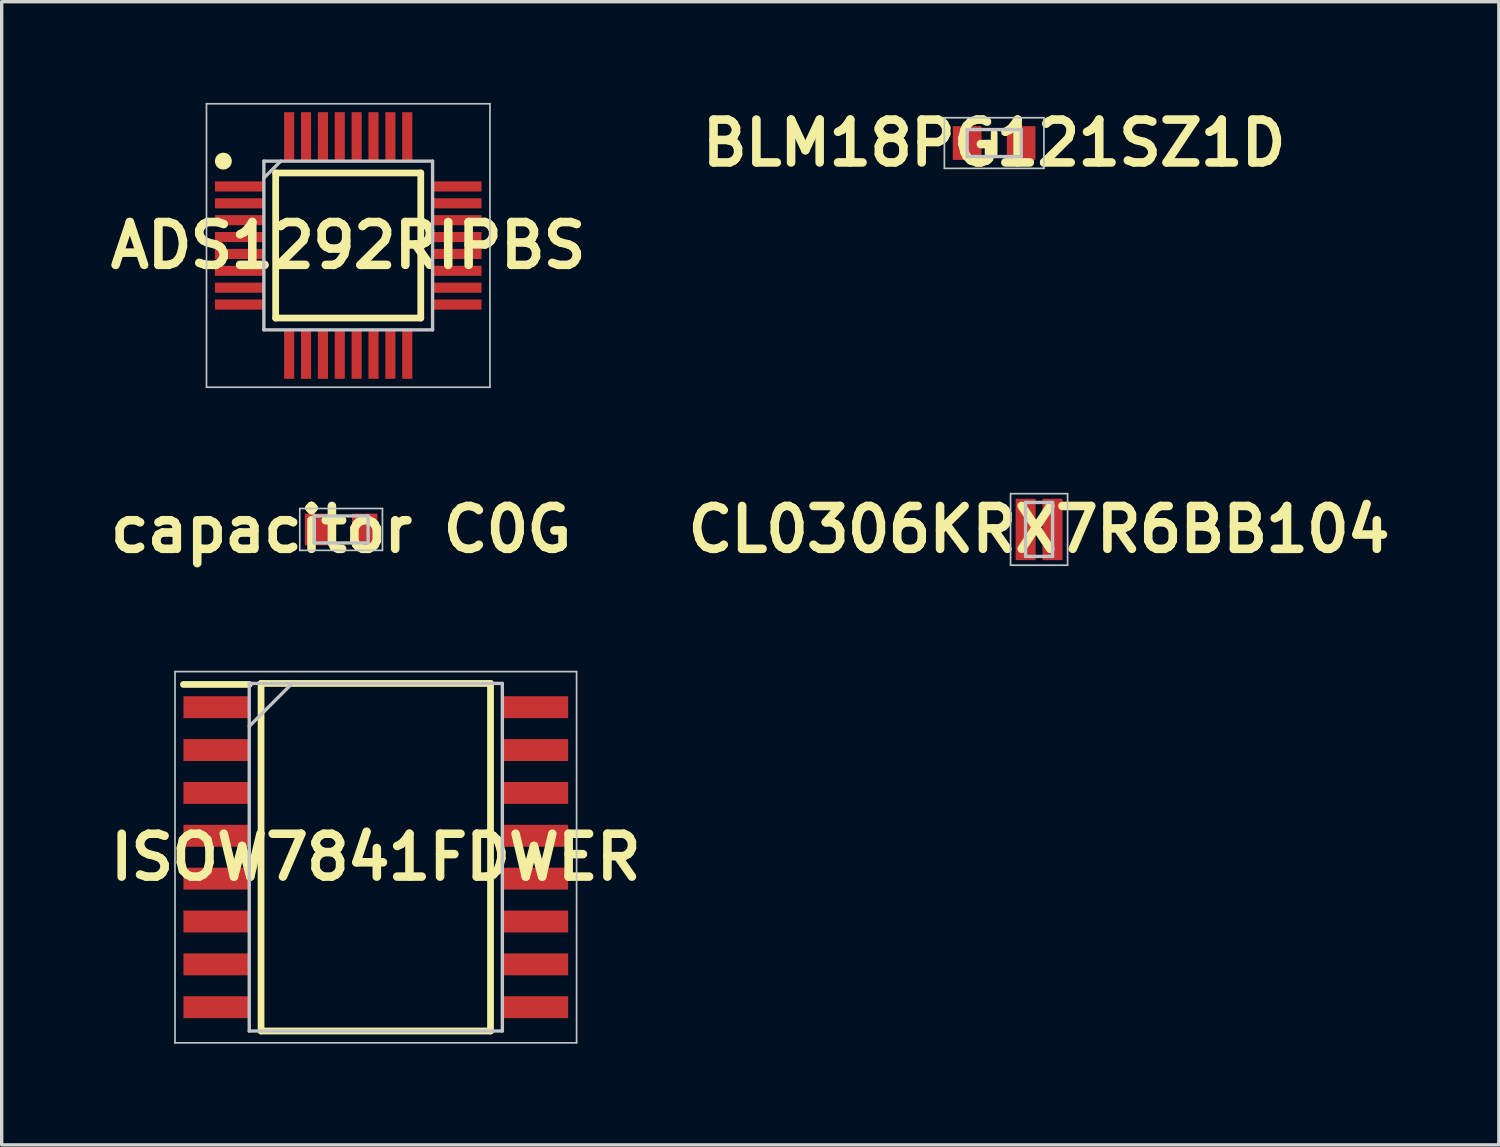
<source format=kicad_pcb>
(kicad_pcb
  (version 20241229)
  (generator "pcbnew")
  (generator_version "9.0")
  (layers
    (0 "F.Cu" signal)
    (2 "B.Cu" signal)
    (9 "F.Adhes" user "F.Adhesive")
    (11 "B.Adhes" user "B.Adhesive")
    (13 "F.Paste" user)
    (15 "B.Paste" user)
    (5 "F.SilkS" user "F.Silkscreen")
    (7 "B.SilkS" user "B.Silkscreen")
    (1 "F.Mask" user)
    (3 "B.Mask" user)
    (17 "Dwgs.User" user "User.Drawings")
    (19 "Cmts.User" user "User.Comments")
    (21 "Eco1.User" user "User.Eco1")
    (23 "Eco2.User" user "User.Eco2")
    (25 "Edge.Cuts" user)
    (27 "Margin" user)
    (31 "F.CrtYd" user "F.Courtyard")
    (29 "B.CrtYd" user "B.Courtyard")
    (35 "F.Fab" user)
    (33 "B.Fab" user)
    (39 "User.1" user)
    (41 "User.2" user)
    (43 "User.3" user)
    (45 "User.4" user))
  (footprint "CL0306KRX7R6BB104"
    (layer "F.Cu")
    (at 27.741 12.639)
    (property "Reference" "CL0306KRX7R6BB104" (at 0 0 0) (layer "F.SilkS") (effects (font (size 1.27 1.27) (thickness 0.254))))
    (attr smd)
    (fp_line (start -0.845 -1.06) (end 0.845 -1.06) (stroke (width 0.05) (type solid)) (layer "Dwgs.User"))
    (fp_line (start -0.845 1.06) (end -0.845 -1.06) (stroke (width 0.05) (type solid)) (layer "Dwgs.User"))
    (fp_line (start -0.4 -0.8) (end 0.4 -0.8) (stroke (width 0.1) (type solid)) (layer "Dwgs.User"))
    (fp_line (start -0.4 0.8) (end -0.4 -0.8) (stroke (width 0.1) (type solid)) (layer "Dwgs.User"))
    (fp_line (start 0.4 -0.8) (end 0.4 0.8) (stroke (width 0.1) (type solid)) (layer "Dwgs.User"))
    (fp_line (start 0.4 0.8) (end -0.4 0.8) (stroke (width 0.1) (type solid)) (layer "Dwgs.User"))
    (fp_line (start 0.845 -1.06) (end 0.845 1.06) (stroke (width 0.05) (type solid)) (layer "Dwgs.User"))
    (fp_line (start 0.845 1.06) (end -0.845 1.06) (stroke (width 0.05) (type solid)) (layer "Dwgs.User"))
    (pad "1" smd rect (at -0.398 0) (size 0.595 1.82) (layers "F.Cu" "F.Paste"))
    (pad "2" smd rect (at 0.398 0) (size 0.595 1.82) (layers "F.Cu" "F.Paste")))
  (footprint "ISOW7841FDWER"
    (layer "F.Cu")
    (at 8.086 22.352)
    (property "Reference" "ISOW7841FDWER" (at 0 0 0) (layer "F.SilkS") (effects (font (size 1.27 1.27) (thickness 0.254))))
    (attr smd)
    (fp_line (start -5.7 -5.12) (end -3.75 -5.12) (stroke (width 0.2) (type solid)) (layer "F.SilkS"))
    (fp_line (start -3.4 -5.15) (end 3.4 -5.15) (stroke (width 0.2) (type solid)) (layer "F.SilkS"))
    (fp_line (start -3.4 5.15) (end -3.4 -5.15) (stroke (width 0.2) (type solid)) (layer "F.SilkS"))
    (fp_line (start 3.4 -5.15) (end 3.4 5.15) (stroke (width 0.2) (type solid)) (layer "F.SilkS"))
    (fp_line (start 3.4 5.15) (end -3.4 5.15) (stroke (width 0.2) (type solid)) (layer "F.SilkS"))
    (fp_line (start -5.95 -5.5) (end 5.95 -5.5) (stroke (width 0.05) (type solid)) (layer "Dwgs.User"))
    (fp_line (start -5.95 5.5) (end -5.95 -5.5) (stroke (width 0.05) (type solid)) (layer "Dwgs.User"))
    (fp_line (start -3.75 -5.15) (end 3.75 -5.15) (stroke (width 0.1) (type solid)) (layer "Dwgs.User"))
    (fp_line (start -3.75 -3.88) (end -2.48 -5.15) (stroke (width 0.1) (type solid)) (layer "Dwgs.User"))
    (fp_line (start -3.75 5.15) (end -3.75 -5.15) (stroke (width 0.1) (type solid)) (layer "Dwgs.User"))
    (fp_line (start 3.75 -5.15) (end 3.75 5.15) (stroke (width 0.1) (type solid)) (layer "Dwgs.User"))
    (fp_line (start 3.75 5.15) (end -3.75 5.15) (stroke (width 0.1) (type solid)) (layer "Dwgs.User"))
    (fp_line (start 5.95 -5.5) (end 5.95 5.5) (stroke (width 0.05) (type solid)) (layer "Dwgs.User"))
    (fp_line (start 5.95 5.5) (end -5.95 5.5) (stroke (width 0.05) (type solid)) (layer "Dwgs.User"))
    (pad "1" smd rect (at -4.725 -4.445 90) (size 0.65 1.95) (layers "F.Cu" "F.Paste"))
    (pad "2" smd rect (at -4.725 -3.175 90) (size 0.65 1.95) (layers "F.Cu" "F.Paste"))
    (pad "3" smd rect (at -4.725 -1.905 90) (size 0.65 1.95) (layers "F.Cu" "F.Paste"))
    (pad "4" smd rect (at -4.725 -0.635 90) (size 0.65 1.95) (layers "F.Cu" "F.Paste"))
    (pad "5" smd rect (at -4.725 0.635 90) (size 0.65 1.95) (layers "F.Cu" "F.Paste"))
    (pad "6" smd rect (at -4.725 1.905 90) (size 0.65 1.95) (layers "F.Cu" "F.Paste"))
    (pad "7" smd rect (at -4.725 3.175 90) (size 0.65 1.95) (layers "F.Cu" "F.Paste"))
    (pad "8" smd rect (at -4.725 4.445 90) (size 0.65 1.95) (layers "F.Cu" "F.Paste"))
    (pad "9" smd rect (at 4.725 4.445 90) (size 0.65 1.95) (layers "F.Cu" "F.Paste"))
    (pad "10" smd rect (at 4.725 3.175 90) (size 0.65 1.95) (layers "F.Cu" "F.Paste"))
    (pad "11" smd rect (at 4.725 1.905 90) (size 0.65 1.95) (layers "F.Cu" "F.Paste"))
    (pad "12" smd rect (at 4.725 0.635 90) (size 0.65 1.95) (layers "F.Cu" "F.Paste"))
    (pad "13" smd rect (at 4.725 -0.635 90) (size 0.65 1.95) (layers "F.Cu" "F.Paste"))
    (pad "14" smd rect (at 4.725 -1.905 90) (size 0.65 1.95) (layers "F.Cu" "F.Paste"))
    (pad "15" smd rect (at 4.725 -3.175 90) (size 0.65 1.95) (layers "F.Cu" "F.Paste"))
    (pad "16" smd rect (at 4.725 -4.445 90) (size 0.65 1.95) (layers "F.Cu" "F.Paste")))
  (footprint "ADS1292RIPBS"
    (layer "F.Cu")
    (at 7.269 4.225)
    (property "Reference" "ADS1292RIPBS" (at 0 0 0) (layer "F.SilkS") (effects (font (size 1.27 1.27) (thickness 0.254))))
    (attr smd)
    (fp_line (start -2.15 -2.15) (end 2.15 -2.15) (stroke (width 0.2) (type solid)) (layer "F.SilkS"))
    (fp_line (start -2.15 2.15) (end -2.15 -2.15) (stroke (width 0.2) (type solid)) (layer "F.SilkS"))
    (fp_line (start 2.15 -2.15) (end 2.15 2.15) (stroke (width 0.2) (type solid)) (layer "F.SilkS"))
    (fp_line (start 2.15 2.15) (end -2.15 2.15) (stroke (width 0.2) (type solid)) (layer "F.SilkS"))
    (fp_circle (center -3.7 -2.5) (end -3.7 -2.375) (stroke (width 0.25) (type solid)) (fill no) (layer "F.SilkS"))
    (fp_line (start -4.2 -4.2) (end 4.2 -4.2) (stroke (width 0.05) (type solid)) (layer "Dwgs.User"))
    (fp_line (start -4.2 4.2) (end -4.2 -4.2) (stroke (width 0.05) (type solid)) (layer "Dwgs.User"))
    (fp_line (start -2.5 -2.5) (end 2.5 -2.5) (stroke (width 0.1) (type solid)) (layer "Dwgs.User"))
    (fp_line (start -2.5 -2) (end -2 -2.5) (stroke (width 0.1) (type solid)) (layer "Dwgs.User"))
    (fp_line (start -2.5 2.5) (end -2.5 -2.5) (stroke (width 0.1) (type solid)) (layer "Dwgs.User"))
    (fp_line (start 2.5 -2.5) (end 2.5 2.5) (stroke (width 0.1) (type solid)) (layer "Dwgs.User"))
    (fp_line (start 2.5 2.5) (end -2.5 2.5) (stroke (width 0.1) (type solid)) (layer "Dwgs.User"))
    (fp_line (start 4.2 -4.2) (end 4.2 4.2) (stroke (width 0.05) (type solid)) (layer "Dwgs.User"))
    (fp_line (start 4.2 4.2) (end -4.2 4.2) (stroke (width 0.05) (type solid)) (layer "Dwgs.User"))
    (pad "1" smd rect (at -3.225 -1.75 90) (size 0.3 1.45) (layers "F.Cu" "F.Paste"))
    (pad "2" smd rect (at -3.225 -1.25 90) (size 0.3 1.45) (layers "F.Cu" "F.Paste"))
    (pad "3" smd rect (at -3.225 -0.75 90) (size 0.3 1.45) (layers "F.Cu" "F.Paste"))
    (pad "4" smd rect (at -3.225 -0.25 90) (size 0.3 1.45) (layers "F.Cu" "F.Paste"))
    (pad "5" smd rect (at -3.225 0.25 90) (size 0.3 1.45) (layers "F.Cu" "F.Paste"))
    (pad "6" smd rect (at -3.225 0.75 90) (size 0.3 1.45) (layers "F.Cu" "F.Paste"))
    (pad "7" smd rect (at -3.225 1.25 90) (size 0.3 1.45) (layers "F.Cu" "F.Paste"))
    (pad "8" smd rect (at -3.225 1.75 90) (size 0.3 1.45) (layers "F.Cu" "F.Paste"))
    (pad "9" smd rect (at -1.75 3.225) (size 0.3 1.45) (layers "F.Cu" "F.Paste"))
    (pad "10" smd rect (at -1.25 3.225) (size 0.3 1.45) (layers "F.Cu" "F.Paste"))
    (pad "11" smd rect (at -0.75 3.225) (size 0.3 1.45) (layers "F.Cu" "F.Paste"))
    (pad "12" smd rect (at -0.25 3.225) (size 0.3 1.45) (layers "F.Cu" "F.Paste"))
    (pad "13" smd rect (at 0.25 3.225) (size 0.3 1.45) (layers "F.Cu" "F.Paste"))
    (pad "14" smd rect (at 0.75 3.225) (size 0.3 1.45) (layers "F.Cu" "F.Paste"))
    (pad "15" smd rect (at 1.25 3.225) (size 0.3 1.45) (layers "F.Cu" "F.Paste"))
    (pad "16" smd rect (at 1.75 3.225) (size 0.3 1.45) (layers "F.Cu" "F.Paste"))
    (pad "17" smd rect (at 3.225 1.75 90) (size 0.3 1.45) (layers "F.Cu" "F.Paste"))
    (pad "18" smd rect (at 3.225 1.25 90) (size 0.3 1.45) (layers "F.Cu" "F.Paste"))
    (pad "19" smd rect (at 3.225 0.75 90) (size 0.3 1.45) (layers "F.Cu" "F.Paste"))
    (pad "20" smd rect (at 3.225 0.25 90) (size 0.3 1.45) (layers "F.Cu" "F.Paste"))
    (pad "21" smd rect (at 3.225 -0.25 90) (size 0.3 1.45) (layers "F.Cu" "F.Paste"))
    (pad "22" smd rect (at 3.225 -0.75 90) (size 0.3 1.45) (layers "F.Cu" "F.Paste"))
    (pad "23" smd rect (at 3.225 -1.25 90) (size 0.3 1.45) (layers "F.Cu" "F.Paste"))
    (pad "24" smd rect (at 3.225 -1.75 90) (size 0.3 1.45) (layers "F.Cu" "F.Paste"))
    (pad "25" smd rect (at 1.75 -3.225) (size 0.3 1.45) (layers "F.Cu" "F.Paste"))
    (pad "26" smd rect (at 1.25 -3.225) (size 0.3 1.45) (layers "F.Cu" "F.Paste"))
    (pad "27" smd rect (at 0.75 -3.225) (size 0.3 1.45) (layers "F.Cu" "F.Paste"))
    (pad "28" smd rect (at 0.25 -3.225) (size 0.3 1.45) (layers "F.Cu" "F.Paste"))
    (pad "29" smd rect (at -0.25 -3.225) (size 0.3 1.45) (layers "F.Cu" "F.Paste"))
    (pad "30" smd rect (at -0.75 -3.225) (size 0.3 1.45) (layers "F.Cu" "F.Paste"))
    (pad "31" smd rect (at -1.25 -3.225) (size 0.3 1.45) (layers "F.Cu" "F.Paste"))
    (pad "32" smd rect (at -1.75 -3.225) (size 0.3 1.45) (layers "F.Cu" "F.Paste")))
  (footprint "BLM18PG121SZ1D"
    (layer "F.Cu")
    (at 26.41 1.189)
    (property "Reference" "BLM18PG121SZ1D" (at 0 0 0) (layer "F.SilkS") (effects (font (size 1.27 1.27) (thickness 0.254))))
    (attr smd)
    (fp_line (start 0 -0.3) (end 0 0.3) (stroke (width 0.2) (type solid)) (layer "F.SilkS"))
    (fp_line (start -1.475 -0.75) (end 1.475 -0.75) (stroke (width 0.05) (type solid)) (layer "Dwgs.User"))
    (fp_line (start -1.475 0.75) (end -1.475 -0.75) (stroke (width 0.05) (type solid)) (layer "Dwgs.User"))
    (fp_line (start -0.8 -0.4) (end 0.8 -0.4) (stroke (width 0.1) (type solid)) (layer "Dwgs.User"))
    (fp_line (start -0.8 0.4) (end -0.8 -0.4) (stroke (width 0.1) (type solid)) (layer "Dwgs.User"))
    (fp_line (start 0.8 -0.4) (end 0.8 0.4) (stroke (width 0.1) (type solid)) (layer "Dwgs.User"))
    (fp_line (start 0.8 0.4) (end -0.8 0.4) (stroke (width 0.1) (type solid)) (layer "Dwgs.User"))
    (fp_line (start 1.475 -0.75) (end 1.475 0.75) (stroke (width 0.05) (type solid)) (layer "Dwgs.User"))
    (fp_line (start 1.475 0.75) (end -1.475 0.75) (stroke (width 0.05) (type solid)) (layer "Dwgs.User"))
    (pad "1" smd rect (at -0.8 0) (size 0.85 1) (layers "F.Cu" "F.Paste"))
    (pad "2" smd rect (at 0.8 0) (size 0.85 1) (layers "F.Cu" "F.Paste")))
  (footprint "capacitor C0G"
    (layer "F.Cu")
    (at 7.058 12.639)
    (property "Reference" "capacitor C0G" (at 0 0 0) (layer "F.SilkS") (effects (font (size 1.27 1.27) (thickness 0.254))))
    (attr smd)
    (fp_line (start -1.225 -0.62) (end 1.225 -0.62) (stroke (width 0.05) (type solid)) (layer "Dwgs.User"))
    (fp_line (start -1.225 0.62) (end -1.225 -0.62) (stroke (width 0.05) (type solid)) (layer "Dwgs.User"))
    (fp_line (start -0.8 -0.4) (end 0.8 -0.4) (stroke (width 0.1) (type solid)) (layer "Dwgs.User"))
    (fp_line (start -0.8 0.4) (end -0.8 -0.4) (stroke (width 0.1) (type solid)) (layer "Dwgs.User"))
    (fp_line (start 0.8 -0.4) (end 0.8 0.4) (stroke (width 0.1) (type solid)) (layer "Dwgs.User"))
    (fp_line (start 0.8 0.4) (end -0.8 0.4) (stroke (width 0.1) (type solid)) (layer "Dwgs.User"))
    (fp_line (start 1.225 -0.62) (end 1.225 0.62) (stroke (width 0.05) (type solid)) (layer "Dwgs.User"))
    (fp_line (start 1.225 0.62) (end -1.225 0.62) (stroke (width 0.05) (type solid)) (layer "Dwgs.User"))
    (pad "1" smd rect (at -0.7 0) (size 0.75 0.94) (layers "F.Cu" "F.Paste"))
    (pad "2" smd rect (at 0.7 0) (size 0.75 0.94) (layers "F.Cu" "F.Paste")))
  (gr_rect
    (start -3 -3)
    (end 41.366 30.877)
    (stroke (width 0.1) (type default))
    (fill no)
    (layer "Edge.Cuts")))
</source>
